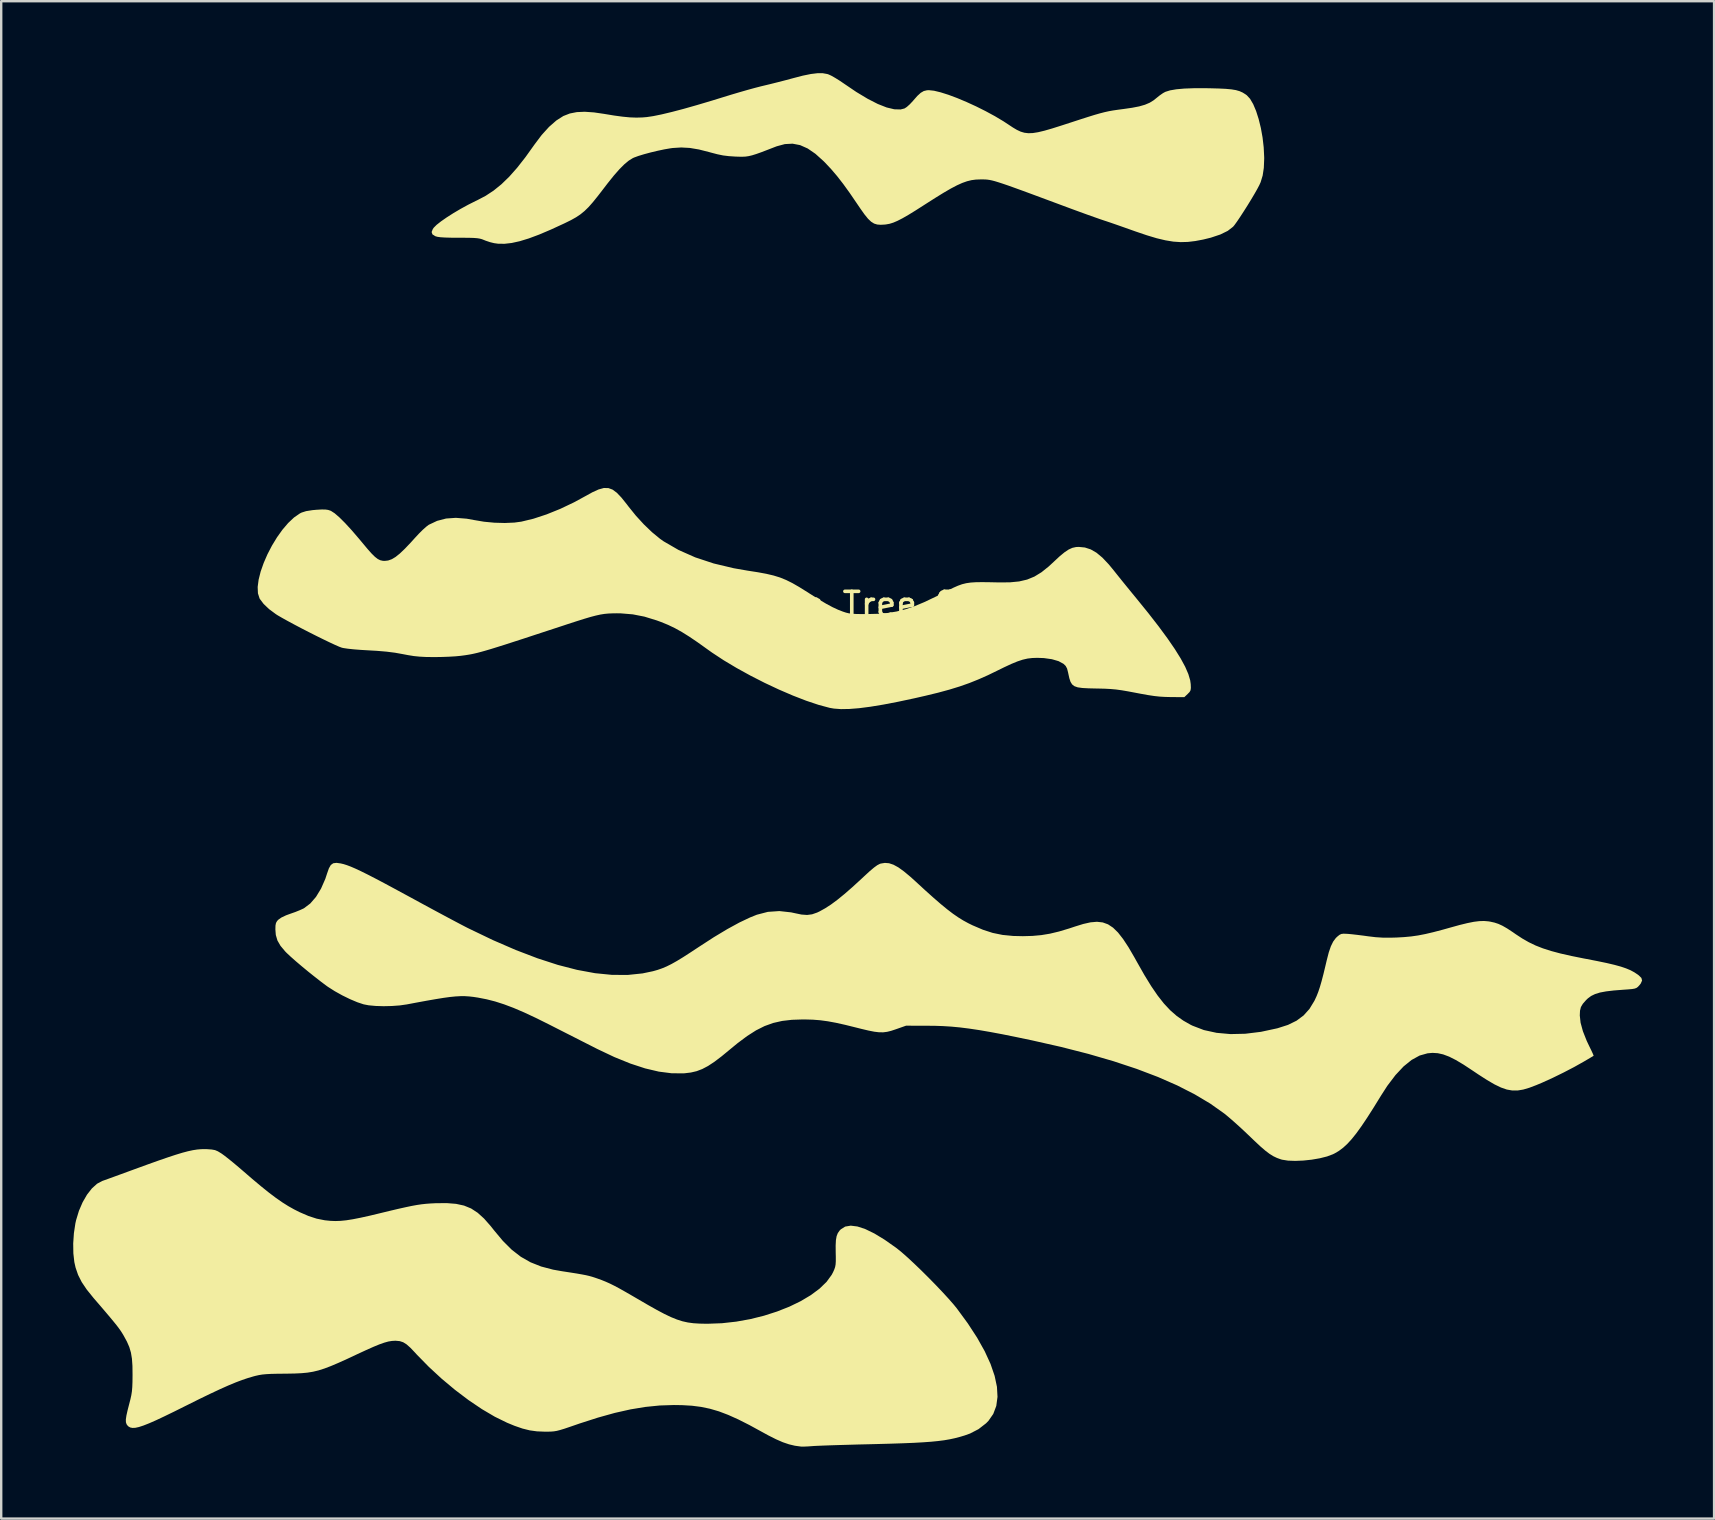
<source format=kicad_pcb>
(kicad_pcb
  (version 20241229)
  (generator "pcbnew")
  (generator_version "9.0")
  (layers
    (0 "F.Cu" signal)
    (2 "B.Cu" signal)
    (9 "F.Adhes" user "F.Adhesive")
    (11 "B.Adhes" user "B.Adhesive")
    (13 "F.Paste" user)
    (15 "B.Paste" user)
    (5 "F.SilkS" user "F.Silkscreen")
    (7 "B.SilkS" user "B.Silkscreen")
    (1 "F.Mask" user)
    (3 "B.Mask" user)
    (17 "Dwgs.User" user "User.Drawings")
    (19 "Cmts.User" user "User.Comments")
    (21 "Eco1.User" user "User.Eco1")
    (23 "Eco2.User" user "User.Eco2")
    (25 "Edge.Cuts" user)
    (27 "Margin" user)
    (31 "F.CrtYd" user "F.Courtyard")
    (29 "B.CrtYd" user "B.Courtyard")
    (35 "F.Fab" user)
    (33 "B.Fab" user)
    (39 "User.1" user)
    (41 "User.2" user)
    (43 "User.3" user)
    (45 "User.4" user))
  (footprint "Xmas_Tree_Snow"
    (layer "F.Cu")
    (at 33.508 22.631)
    (property "Reference" "Xmas_Tree_Snow" (at 0 -0.5 0) (unlocked yes) (layer "F.SilkS") (effects (font (size 1 1) (thickness 0.15))))
    (attr board_only exclude_from_pos_files exclude_from_bom allow_missing_courtyard)
    (fp_poly (pts (xy -11.215 -5.348) (xy -11.039 -5.284) (xy -10.861 -5.153) (xy -10.67 -4.953) (xy -10.45 -4.679) (xy -10.376 -4.581) (xy -10.066 -4.197) (xy -9.732 -3.833) (xy -9.392 -3.507) (xy -9.063 -3.236) (xy -8.908 -3.127) (xy -8.284 -2.766) (xy -7.59 -2.459) (xy -6.824 -2.206) (xy -5.987 -2.007) (xy -5.408 -1.906) (xy -4.984 -1.84) (xy -4.632 -1.775) (xy -4.33 -1.704) (xy -4.061 -1.621) (xy -3.805 -1.517) (xy -3.544 -1.387) (xy -3.259 -1.223) (xy -2.929 -1.017) (xy -2.802 -0.936) (xy -2.44 -0.707) (xy -2.135 -0.526) (xy -1.872 -0.385) (xy -1.637 -0.276) (xy -1.436 -0.198) (xy -1.314 -0.158) (xy -1.198 -0.13) (xy -1.067 -0.112) (xy -0.904 -0.102) (xy -0.688 -0.098) (xy -0.426 -0.098) (xy 0.013 -0.109) (xy 0.412 -0.142) (xy 0.788 -0.203) (xy 1.157 -0.295) (xy 1.537 -0.424) (xy 1.946 -0.594) (xy 2.4 -0.81) (xy 2.665 -0.944) (xy 2.934 -1.083) (xy 3.157 -1.193) (xy 3.349 -1.278) (xy 3.524 -1.341) (xy 3.698 -1.384) (xy 3.887 -1.411) (xy 4.105 -1.425) (xy 4.367 -1.428) (xy 4.689 -1.424) (xy 5.071 -1.416) (xy 5.519 -1.42) (xy 5.901 -1.457) (xy 6.234 -1.535) (xy 6.538 -1.66) (xy 6.832 -1.84) (xy 7.134 -2.082) (xy 7.337 -2.27) (xy 7.584 -2.5) (xy 7.788 -2.669) (xy 7.961 -2.785) (xy 8.117 -2.856) (xy 8.27 -2.89) (xy 8.384 -2.896) (xy 8.641 -2.871) (xy 8.884 -2.792) (xy 9.125 -2.653) (xy 9.373 -2.446) (xy 9.637 -2.166) (xy 9.829 -1.933) (xy 9.985 -1.737) (xy 10.18 -1.494) (xy 10.397 -1.227) (xy 10.617 -0.957) (xy 10.788 -0.749) (xy 11.283 -0.138) (xy 11.713 0.415) (xy 12.08 0.913) (xy 12.386 1.358) (xy 12.632 1.753) (xy 12.82 2.1) (xy 12.951 2.403) (xy 13.028 2.664) (xy 13.05 2.822) (xy 13.056 2.978) (xy 13.043 3.076) (xy 13.002 3.15) (xy 12.925 3.229) (xy 12.783 3.364) (xy 12.214 3.36) (xy 11.978 3.354) (xy 11.757 3.341) (xy 11.528 3.316) (xy 11.27 3.277) (xy 10.958 3.221) (xy 10.77 3.185) (xy 10.441 3.123) (xy 10.173 3.077) (xy 9.941 3.045) (xy 9.72 3.025) (xy 9.483 3.012) (xy 9.205 3.005) (xy 9.128 3.004) (xy 8.792 2.996) (xy 8.534 2.982) (xy 8.342 2.955) (xy 8.204 2.907) (xy 8.108 2.832) (xy 8.041 2.723) (xy 7.992 2.574) (xy 7.949 2.378) (xy 7.942 2.343) (xy 7.899 2.174) (xy 7.84 2.063) (xy 7.747 1.974) (xy 7.542 1.863) (xy 7.266 1.783) (xy 6.932 1.736) (xy 6.657 1.726) (xy 6.448 1.733) (xy 6.251 1.756) (xy 6.051 1.802) (xy 5.833 1.874) (xy 5.58 1.978) (xy 5.277 2.119) (xy 5.016 2.247) (xy 4.603 2.448) (xy 4.211 2.622) (xy 3.825 2.777) (xy 3.427 2.917) (xy 3.001 3.048) (xy 2.531 3.176) (xy 2.001 3.305) (xy 1.55 3.408) (xy 0.856 3.556) (xy 0.242 3.674) (xy -0.298 3.763) (xy -0.768 3.824) (xy -1.174 3.856) (xy -1.521 3.862) (xy -1.814 3.84) (xy -1.99 3.81) (xy -2.452 3.686) (xy -2.969 3.513) (xy -3.526 3.297) (xy -4.109 3.046) (xy -4.703 2.767) (xy -5.293 2.466) (xy -5.865 2.151) (xy -6.404 1.829) (xy -6.895 1.506) (xy -7.09 1.367) (xy -7.49 1.081) (xy -7.838 0.845) (xy -8.148 0.651) (xy -8.438 0.49) (xy -8.721 0.354) (xy -9.014 0.234) (xy -9.2 0.166) (xy -9.71 0.009) (xy -10.195 -0.086) (xy -10.687 -0.127) (xy -10.86 -0.13) (xy -11.047 -0.127) (xy -11.216 -0.12) (xy -11.379 -0.104) (xy -11.548 -0.077) (xy -11.736 -0.035) (xy -11.954 0.022) (xy -12.216 0.1) (xy -12.534 0.2) (xy -12.92 0.325) (xy -13.081 0.379) (xy -13.716 0.587) (xy -14.271 0.769) (xy -14.754 0.928) (xy -15.172 1.063) (xy -15.53 1.179) (xy -15.836 1.275) (xy -16.096 1.356) (xy -16.317 1.421) (xy -16.504 1.474) (xy -16.666 1.517) (xy -16.807 1.55) (xy -16.935 1.577) (xy -17.057 1.598) (xy -17.178 1.617) (xy -17.305 1.634) (xy -17.367 1.642) (xy -17.572 1.662) (xy -17.837 1.678) (xy -18.129 1.689) (xy -18.42 1.694) (xy -18.489 1.694) (xy -18.81 1.69) (xy -19.075 1.676) (xy -19.315 1.652) (xy -19.563 1.612) (xy -19.766 1.573) (xy -20.1 1.513) (xy -20.455 1.468) (xy -20.854 1.434) (xy -21.202 1.414) (xy -21.523 1.395) (xy -21.816 1.372) (xy -22.062 1.346) (xy -22.245 1.319) (xy -22.313 1.304) (xy -22.423 1.264) (xy -22.599 1.187) (xy -22.827 1.081) (xy -23.096 0.951) (xy -23.39 0.806) (xy -23.699 0.65) (xy -24.008 0.491) (xy -24.304 0.335) (xy -24.575 0.189) (xy -24.807 0.06) (xy -24.988 -0.045) (xy -25.063 -0.093) (xy -25.347 -0.303) (xy -25.574 -0.519) (xy -25.73 -0.725) (xy -25.745 -0.751) (xy -25.812 -0.962) (xy -25.823 -1.227) (xy -25.783 -1.533) (xy -25.698 -1.87) (xy -25.573 -2.226) (xy -25.415 -2.589) (xy -25.228 -2.949) (xy -25.018 -3.294) (xy -24.792 -3.611) (xy -24.553 -3.891) (xy -24.309 -4.121) (xy -24.065 -4.29) (xy -23.994 -4.326) (xy -23.805 -4.386) (xy -23.537 -4.428) (xy -23.37 -4.443) (xy -23.153 -4.455) (xy -23 -4.453) (xy -22.888 -4.437) (xy -22.791 -4.405) (xy -22.765 -4.393) (xy -22.615 -4.296) (xy -22.419 -4.127) (xy -22.181 -3.89) (xy -21.903 -3.587) (xy -21.589 -3.221) (xy -21.458 -3.064) (xy -21.246 -2.81) (xy -21.076 -2.619) (xy -20.938 -2.483) (xy -20.822 -2.393) (xy -20.717 -2.341) (xy -20.611 -2.317) (xy -20.531 -2.313) (xy -20.388 -2.329) (xy -20.241 -2.381) (xy -20.081 -2.475) (xy -19.901 -2.619) (xy -19.691 -2.819) (xy -19.442 -3.081) (xy -19.274 -3.267) (xy -19.109 -3.445) (xy -18.946 -3.607) (xy -18.802 -3.736) (xy -18.697 -3.815) (xy -18.695 -3.817) (xy -18.347 -3.981) (xy -17.974 -4.078) (xy -17.568 -4.107) (xy -17.115 -4.071) (xy -16.8 -4.014) (xy -16.392 -3.945) (xy -15.959 -3.904) (xy -15.528 -3.892) (xy -15.13 -3.909) (xy -14.839 -3.948) (xy -14.334 -4.07) (xy -13.787 -4.25) (xy -13.215 -4.481) (xy -12.638 -4.756) (xy -12.188 -5.001) (xy -11.878 -5.172) (xy -11.621 -5.289) (xy -11.405 -5.349)) (stroke (width 0) (type solid)) (fill yes) (layer "F.SilkS"))
    (fp_poly (pts (xy -2.275 -22.63) (xy -2.087 -22.596) (xy -2.049 -22.584) (xy -1.929 -22.53) (xy -1.761 -22.435) (xy -1.569 -22.315) (xy -1.404 -22.203) (xy -0.883 -21.85) (xy -0.411 -21.566) (xy 0.011 -21.35) (xy 0.381 -21.204) (xy 0.699 -21.128) (xy 0.963 -21.121) (xy 1.125 -21.162) (xy 1.222 -21.225) (xy 1.347 -21.337) (xy 1.476 -21.475) (xy 1.492 -21.494) (xy 1.661 -21.686) (xy 1.801 -21.814) (xy 1.928 -21.888) (xy 2.061 -21.92) (xy 2.142 -21.924) (xy 2.356 -21.901) (xy 2.632 -21.834) (xy 2.958 -21.731) (xy 3.321 -21.595) (xy 3.709 -21.432) (xy 4.108 -21.249) (xy 4.506 -21.05) (xy 4.891 -20.841) (xy 5.248 -20.628) (xy 5.452 -20.494) (xy 5.641 -20.369) (xy 5.808 -20.27) (xy 5.964 -20.197) (xy 6.119 -20.151) (xy 6.285 -20.131) (xy 6.473 -20.138) (xy 6.692 -20.173) (xy 6.955 -20.236) (xy 7.271 -20.327) (xy 7.651 -20.447) (xy 8.055 -20.578) (xy 8.45 -20.707) (xy 8.775 -20.811) (xy 9.042 -20.894) (xy 9.266 -20.958) (xy 9.46 -21.008) (xy 9.64 -21.048) (xy 9.819 -21.08) (xy 10.011 -21.108) (xy 10.229 -21.137) (xy 10.232 -21.137) (xy 10.606 -21.191) (xy 10.905 -21.249) (xy 11.144 -21.318) (xy 11.34 -21.401) (xy 11.506 -21.504) (xy 11.609 -21.587) (xy 11.753 -21.703) (xy 11.894 -21.801) (xy 11.991 -21.854) (xy 12.188 -21.916) (xy 12.45 -21.961) (xy 12.782 -21.991) (xy 13.189 -22.006) (xy 13.677 -22.006) (xy 13.829 -22.004) (xy 14.205 -21.994) (xy 14.505 -21.98) (xy 14.743 -21.958) (xy 14.931 -21.927) (xy 15.084 -21.883) (xy 15.214 -21.825) (xy 15.335 -21.749) (xy 15.387 -21.711) (xy 15.522 -21.565) (xy 15.652 -21.343) (xy 15.773 -21.057) (xy 15.88 -20.721) (xy 15.972 -20.348) (xy 16.043 -19.951) (xy 16.09 -19.544) (xy 16.11 -19.139) (xy 16.111 -19.073) (xy 16.095 -18.688) (xy 16.047 -18.368) (xy 15.963 -18.091) (xy 15.906 -17.965) (xy 15.819 -17.801) (xy 15.701 -17.594) (xy 15.561 -17.359) (xy 15.409 -17.111) (xy 15.254 -16.867) (xy 15.107 -16.641) (xy 14.977 -16.449) (xy 14.874 -16.306) (xy 14.813 -16.233) (xy 14.591 -16.062) (xy 14.282 -15.911) (xy 13.887 -15.779) (xy 13.569 -15.701) (xy 13.24 -15.639) (xy 12.932 -15.602) (xy 12.63 -15.594) (xy 12.323 -15.615) (xy 11.995 -15.669) (xy 11.633 -15.755) (xy 11.223 -15.878) (xy 10.751 -16.038) (xy 10.568 -16.103) (xy 10.292 -16.201) (xy 10.002 -16.303) (xy 9.728 -16.398) (xy 9.499 -16.475) (xy 9.446 -16.492) (xy 9.274 -16.55) (xy 9.036 -16.634) (xy 8.751 -16.735) (xy 8.438 -16.849) (xy 8.115 -16.967) (xy 7.943 -17.031) (xy 7.354 -17.25) (xy 6.842 -17.44) (xy 6.401 -17.604) (xy 6.026 -17.742) (xy 5.708 -17.857) (xy 5.443 -17.952) (xy 5.223 -18.027) (xy 5.042 -18.086) (xy 4.894 -18.131) (xy 4.772 -18.163) (xy 4.67 -18.184) (xy 4.581 -18.197) (xy 4.498 -18.204) (xy 4.417 -18.206) (xy 4.329 -18.206) (xy 4.279 -18.206) (xy 4.094 -18.199) (xy 3.914 -18.175) (xy 3.731 -18.13) (xy 3.533 -18.06) (xy 3.311 -17.96) (xy 3.056 -17.826) (xy 2.758 -17.653) (xy 2.407 -17.436) (xy 1.994 -17.173) (xy 1.952 -17.146) (xy 1.589 -16.914) (xy 1.289 -16.729) (xy 1.041 -16.587) (xy 0.834 -16.481) (xy 0.659 -16.406) (xy 0.505 -16.358) (xy 0.361 -16.332) (xy 0.313 -16.326) (xy 0.136 -16.316) (xy -0.012 -16.327) (xy -0.142 -16.367) (xy -0.266 -16.445) (xy -0.395 -16.568) (xy -0.539 -16.745) (xy -0.71 -16.986) (xy -0.859 -17.205) (xy -1.16 -17.646) (xy -1.431 -18.021) (xy -1.685 -18.347) (xy -1.932 -18.636) (xy -2.185 -18.906) (xy -2.247 -18.968) (xy -2.587 -19.274) (xy -2.909 -19.495) (xy -3.224 -19.635) (xy -3.538 -19.695) (xy -3.859 -19.678) (xy -4.196 -19.587) (xy -4.241 -19.57) (xy -4.577 -19.44) (xy -4.843 -19.338) (xy -5.055 -19.263) (xy -5.225 -19.21) (xy -5.369 -19.176) (xy -5.5 -19.157) (xy -5.634 -19.151) (xy -5.783 -19.153) (xy -5.924 -19.158) (xy -6.195 -19.176) (xy -6.432 -19.205) (xy -6.674 -19.255) (xy -6.956 -19.329) (xy -7.001 -19.342) (xy -7.437 -19.453) (xy -7.822 -19.518) (xy -8.179 -19.537) (xy -8.53 -19.515) (xy -8.621 -19.503) (xy -8.877 -19.459) (xy -9.161 -19.399) (xy -9.45 -19.33) (xy -9.725 -19.256) (xy -9.963 -19.183) (xy -10.143 -19.117) (xy -10.195 -19.093) (xy -10.363 -18.989) (xy -10.545 -18.838) (xy -10.749 -18.634) (xy -10.982 -18.369) (xy -11.249 -18.036) (xy -11.399 -17.84) (xy -11.645 -17.521) (xy -11.852 -17.264) (xy -12.034 -17.057) (xy -12.204 -16.891) (xy -12.374 -16.752) (xy -12.558 -16.629) (xy -12.767 -16.512) (xy -13.016 -16.389) (xy -13.049 -16.373) (xy -13.605 -16.117) (xy -14.094 -15.909) (xy -14.525 -15.748) (xy -14.904 -15.632) (xy -15.24 -15.558) (xy -15.54 -15.524) (xy -15.811 -15.528) (xy -15.976 -15.551) (xy -16.144 -15.593) (xy -16.329 -15.655) (xy -16.395 -15.682) (xy -16.481 -15.716) (xy -16.571 -15.74) (xy -16.679 -15.757) (xy -16.823 -15.768) (xy -17.017 -15.774) (xy -17.278 -15.776) (xy -17.44 -15.776) (xy -17.768 -15.778) (xy -18.019 -15.785) (xy -18.204 -15.797) (xy -18.334 -15.815) (xy -18.422 -15.84) (xy -18.423 -15.841) (xy -18.542 -15.917) (xy -18.576 -16.014) (xy -18.526 -16.14) (xy -18.486 -16.196) (xy -18.369 -16.313) (xy -18.185 -16.458) (xy -17.948 -16.623) (xy -17.671 -16.8) (xy -17.369 -16.978) (xy -17.055 -17.15) (xy -16.743 -17.307) (xy -16.683 -17.335) (xy -16.329 -17.52) (xy -15.994 -17.74) (xy -15.669 -18.003) (xy -15.345 -18.317) (xy -15.014 -18.69) (xy -14.668 -19.131) (xy -14.299 -19.647) (xy -14.298 -19.649) (xy -13.992 -20.056) (xy -13.684 -20.395) (xy -13.38 -20.661) (xy -13.089 -20.847) (xy -13.077 -20.852) (xy -12.818 -20.953) (xy -12.529 -21.01) (xy -12.198 -21.025) (xy -11.811 -20.998) (xy -11.399 -20.938) (xy -10.975 -20.868) (xy -10.62 -20.82) (xy -10.317 -20.791) (xy -10.049 -20.781) (xy -9.796 -20.788) (xy -9.615 -20.803) (xy -9.345 -20.843) (xy -8.997 -20.914) (xy -8.574 -21.015) (xy -8.082 -21.144) (xy -7.526 -21.302) (xy -6.91 -21.485) (xy -6.446 -21.628) (xy -6.108 -21.732) (xy -5.758 -21.836) (xy -5.417 -21.934) (xy -5.108 -22.019) (xy -4.852 -22.085) (xy -4.764 -22.106) (xy -4.473 -22.176) (xy -4.138 -22.26) (xy -3.801 -22.347) (xy -3.512 -22.425) (xy -3.108 -22.53) (xy -2.774 -22.598) (xy -2.5 -22.631)) (stroke (width 0) (type solid)) (fill yes) (layer "F.SilkS"))
    (fp_poly (pts (xy -27.923 22.196) (xy -27.735 22.21) (xy -27.599 22.235) (xy -27.481 22.285) (xy -27.343 22.369) (xy -27.321 22.383) (xy -27.2 22.471) (xy -27.029 22.605) (xy -26.827 22.769) (xy -26.612 22.95) (xy -26.473 23.069) (xy -26.049 23.435) (xy -25.679 23.745) (xy -25.353 24.007) (xy -25.063 24.226) (xy -24.797 24.411) (xy -24.548 24.568) (xy -24.304 24.705) (xy -24.076 24.82) (xy -23.703 24.981) (xy -23.364 25.091) (xy -23.028 25.158) (xy -22.792 25.182) (xy -22.59 25.19) (xy -22.375 25.183) (xy -22.135 25.159) (xy -21.856 25.115) (xy -21.527 25.05) (xy -21.135 24.963) (xy -20.778 24.877) (xy -20.337 24.77) (xy -19.97 24.683) (xy -19.665 24.615) (xy -19.409 24.561) (xy -19.189 24.521) (xy -18.994 24.492) (xy -18.81 24.472) (xy -18.625 24.458) (xy -18.426 24.448) (xy -18.399 24.447) (xy -17.943 24.443) (xy -17.557 24.474) (xy -17.225 24.546) (xy -16.93 24.667) (xy -16.658 24.845) (xy -16.391 25.087) (xy -16.114 25.401) (xy -15.974 25.578) (xy -15.604 26.021) (xy -15.238 26.385) (xy -14.86 26.678) (xy -14.456 26.908) (xy -14.013 27.084) (xy -13.516 27.215) (xy -13.149 27.28) (xy -12.804 27.333) (xy -12.532 27.376) (xy -12.32 27.413) (xy -12.152 27.445) (xy -12.014 27.477) (xy -11.89 27.511) (xy -11.767 27.551) (xy -11.668 27.585) (xy -11.486 27.651) (xy -11.318 27.719) (xy -11.148 27.795) (xy -10.965 27.886) (xy -10.753 27.999) (xy -10.499 28.142) (xy -10.189 28.321) (xy -9.997 28.433) (xy -9.564 28.685) (xy -9.196 28.892) (xy -8.88 29.06) (xy -8.604 29.192) (xy -8.356 29.292) (xy -8.126 29.366) (xy -7.901 29.416) (xy -7.67 29.447) (xy -7.419 29.463) (xy -7.139 29.469) (xy -7.068 29.469) (xy -6.478 29.447) (xy -5.885 29.381) (xy -5.299 29.276) (xy -4.729 29.134) (xy -4.183 28.959) (xy -3.669 28.756) (xy -3.198 28.527) (xy -2.778 28.277) (xy -2.417 28.009) (xy -2.124 27.726) (xy -1.91 27.433) (xy -1.851 27.322) (xy -1.799 27.205) (xy -1.765 27.105) (xy -1.745 26.998) (xy -1.737 26.861) (xy -1.737 26.672) (xy -1.741 26.504) (xy -1.743 26.209) (xy -1.732 25.987) (xy -1.703 25.82) (xy -1.653 25.692) (xy -1.578 25.586) (xy -1.528 25.535) (xy -1.346 25.421) (xy -1.114 25.382) (xy -0.834 25.417) (xy -0.505 25.526) (xy -0.129 25.709) (xy 0.294 25.966) (xy 0.764 26.296) (xy 0.808 26.329) (xy 1.003 26.487) (xy 1.245 26.7) (xy 1.521 26.956) (xy 1.818 27.241) (xy 2.123 27.544) (xy 2.425 27.852) (xy 2.71 28.152) (xy 2.966 28.431) (xy 3.181 28.677) (xy 3.306 28.831) (xy 3.764 29.456) (xy 4.151 30.05) (xy 4.467 30.614) (xy 4.71 31.144) (xy 4.88 31.639) (xy 4.977 32.097) (xy 5 32.515) (xy 4.949 32.893) (xy 4.823 33.227) (xy 4.621 33.517) (xy 4.522 33.617) (xy 4.209 33.86) (xy 3.857 34.042) (xy 3.635 34.122) (xy 3.431 34.183) (xy 3.227 34.236) (xy 3.014 34.282) (xy 2.783 34.322) (xy 2.526 34.355) (xy 2.235 34.384) (xy 1.901 34.408) (xy 1.515 34.43) (xy 1.069 34.448) (xy 0.555 34.465) (xy -0.036 34.481) (xy -0.359 34.489) (xy -0.789 34.499) (xy -1.204 34.511) (xy -1.592 34.522) (xy -1.942 34.533) (xy -2.243 34.544) (xy -2.484 34.554) (xy -2.653 34.562) (xy -2.715 34.567) (xy -2.901 34.58) (xy -3.064 34.587) (xy -3.174 34.587) (xy -3.186 34.586) (xy -3.441 34.551) (xy -3.688 34.492) (xy -3.944 34.405) (xy -4.226 34.282) (xy -4.552 34.118) (xy -4.824 33.969) (xy -5.342 33.686) (xy -5.803 33.453) (xy -6.22 33.266) (xy -6.608 33.119) (xy -6.979 33.01) (xy -7.35 32.933) (xy -7.732 32.884) (xy -8.141 32.86) (xy -8.482 32.855) (xy -9.07 32.874) (xy -9.667 32.934) (xy -10.287 33.036) (xy -10.942 33.183) (xy -11.642 33.378) (xy -12.402 33.622) (xy -12.529 33.666) (xy -12.822 33.767) (xy -13.047 33.843) (xy -13.222 33.896) (xy -13.362 33.932) (xy -13.484 33.952) (xy -13.607 33.962) (xy -13.745 33.965) (xy -13.867 33.965) (xy -14.187 33.952) (xy -14.486 33.911) (xy -14.791 33.835) (xy -15.124 33.72) (xy -15.434 33.592) (xy -15.942 33.343) (xy -16.482 33.025) (xy -17.04 32.648) (xy -17.602 32.223) (xy -18.157 31.759) (xy -18.691 31.266) (xy -19.192 30.755) (xy -19.267 30.672) (xy -19.46 30.469) (xy -19.619 30.328) (xy -19.76 30.24) (xy -19.903 30.193) (xy -20.063 30.178) (xy -20.094 30.177) (xy -20.231 30.185) (xy -20.378 30.209) (xy -20.547 30.256) (xy -20.749 30.327) (xy -20.997 30.429) (xy -21.3 30.564) (xy -21.666 30.733) (xy -22.096 30.935) (xy -22.46 31.099) (xy -22.77 31.231) (xy -23.041 31.334) (xy -23.286 31.412) (xy -23.518 31.468) (xy -23.752 31.506) (xy -24 31.529) (xy -24.277 31.542) (xy -24.595 31.548) (xy -24.682 31.549) (xy -25.009 31.552) (xy -25.264 31.558) (xy -25.464 31.569) (xy -25.626 31.584) (xy -25.767 31.607) (xy -25.906 31.638) (xy -25.983 31.658) (xy -26.222 31.728) (xy -26.473 31.812) (xy -26.746 31.916) (xy -27.051 32.043) (xy -27.396 32.197) (xy -27.791 32.382) (xy -28.245 32.602) (xy -28.767 32.862) (xy -28.814 32.885) (xy -29.299 33.127) (xy -29.711 33.327) (xy -30.057 33.49) (xy -30.344 33.616) (xy -30.58 33.709) (xy -30.769 33.771) (xy -30.919 33.804) (xy -31.037 33.809) (xy -31.13 33.791) (xy -31.203 33.75) (xy -31.234 33.723) (xy -31.285 33.655) (xy -31.312 33.57) (xy -31.315 33.454) (xy -31.291 33.291) (xy -31.241 33.069) (xy -31.182 32.839) (xy -31.127 32.626) (xy -31.088 32.45) (xy -31.062 32.285) (xy -31.047 32.108) (xy -31.039 31.892) (xy -31.036 31.613) (xy -31.036 31.591) (xy -31.04 31.225) (xy -31.061 30.925) (xy -31.103 30.671) (xy -31.171 30.44) (xy -31.271 30.211) (xy -31.408 29.96) (xy -31.42 29.939) (xy -31.477 29.845) (xy -31.539 29.751) (xy -31.612 29.649) (xy -31.703 29.529) (xy -31.82 29.385) (xy -31.968 29.206) (xy -32.154 28.986) (xy -32.386 28.714) (xy -32.671 28.384) (xy -32.672 28.382) (xy -32.945 28.043) (xy -33.153 27.734) (xy -33.304 27.436) (xy -33.409 27.131) (xy -33.461 26.9) (xy -33.502 26.535) (xy -33.508 26.122) (xy -33.479 25.695) (xy -33.417 25.285) (xy -33.387 25.151) (xy -33.269 24.763) (xy -33.115 24.406) (xy -32.933 24.091) (xy -32.729 23.83) (xy -32.514 23.636) (xy -32.302 23.522) (xy -32.209 23.489) (xy -32.045 23.43) (xy -31.823 23.349) (xy -31.557 23.252) (xy -31.259 23.143) (xy -30.942 23.027) (xy -30.939 23.026) (xy -30.412 22.834) (xy -29.959 22.672) (xy -29.573 22.539) (xy -29.246 22.431) (xy -28.967 22.346) (xy -28.73 22.283) (xy -28.524 22.238) (xy -28.343 22.21) (xy -28.177 22.196) (xy -28.018 22.193)) (stroke (width 0) (type solid)) (fill yes) (layer "F.SilkS"))
    (fp_poly (pts (xy -22.36 10.292) (xy -22.238 10.321) (xy -22.1 10.365) (xy -21.939 10.426) (xy -21.749 10.508) (xy -21.523 10.614) (xy -21.254 10.747) (xy -20.935 10.911) (xy -20.561 11.108) (xy -20.124 11.343) (xy -19.618 11.617) (xy -19.431 11.718) (xy -19.035 11.934) (xy -18.642 12.147) (xy -18.263 12.351) (xy -17.91 12.54) (xy -17.594 12.708) (xy -17.327 12.849) (xy -17.121 12.956) (xy -17.029 13.002) (xy -16.021 13.486) (xy -15.067 13.899) (xy -14.166 14.243) (xy -13.317 14.519) (xy -12.518 14.725) (xy -11.767 14.864) (xy -11.062 14.934) (xy -10.404 14.937) (xy -9.788 14.873) (xy -9.355 14.782) (xy -9.158 14.726) (xy -8.972 14.661) (xy -8.784 14.582) (xy -8.583 14.482) (xy -8.357 14.355) (xy -8.093 14.194) (xy -7.78 13.992) (xy -7.437 13.766) (xy -6.817 13.364) (xy -6.256 13.027) (xy -5.754 12.753) (xy -5.31 12.542) (xy -5.026 12.428) (xy -4.567 12.309) (xy -4.089 12.276) (xy -3.599 12.33) (xy -3.456 12.361) (xy -3.168 12.421) (xy -2.933 12.438) (xy -2.725 12.411) (xy -2.515 12.338) (xy -2.412 12.289) (xy -2.181 12.161) (xy -1.938 12.004) (xy -1.675 11.809) (xy -1.381 11.57) (xy -1.049 11.281) (xy -0.669 10.933) (xy -0.549 10.821) (xy -0.323 10.613) (xy -0.146 10.464) (xy -0.01 10.365) (xy 0.098 10.309) (xy 0.136 10.297) (xy 0.308 10.269) (xy 0.481 10.283) (xy 0.665 10.344) (xy 0.87 10.456) (xy 1.105 10.626) (xy 1.381 10.856) (xy 1.592 11.047) (xy 1.992 11.415) (xy 2.338 11.725) (xy 2.639 11.986) (xy 2.904 12.203) (xy 3.142 12.385) (xy 3.362 12.537) (xy 3.572 12.667) (xy 3.783 12.782) (xy 3.96 12.869) (xy 4.393 13.054) (xy 4.8 13.186) (xy 5.211 13.27) (xy 5.654 13.313) (xy 6.058 13.322) (xy 6.455 13.311) (xy 6.822 13.278) (xy 7.184 13.218) (xy 7.564 13.127) (xy 7.987 13) (xy 8.228 12.92) (xy 8.574 12.813) (xy 8.877 12.745) (xy 9.144 12.722) (xy 9.384 12.749) (xy 9.605 12.829) (xy 9.814 12.968) (xy 10.021 13.17) (xy 10.232 13.44) (xy 10.457 13.782) (xy 10.702 14.202) (xy 10.814 14.403) (xy 11.12 14.942) (xy 11.403 15.403) (xy 11.672 15.796) (xy 11.933 16.128) (xy 12.194 16.407) (xy 12.462 16.642) (xy 12.743 16.841) (xy 13.044 17.012) (xy 13.123 17.051) (xy 13.598 17.233) (xy 14.128 17.349) (xy 14.706 17.401) (xy 15.324 17.387) (xy 15.975 17.307) (xy 16.653 17.161) (xy 16.672 17.156) (xy 17.102 17.018) (xy 17.459 16.843) (xy 17.753 16.624) (xy 17.997 16.352) (xy 18.201 16.017) (xy 18.222 15.974) (xy 18.296 15.814) (xy 18.364 15.641) (xy 18.431 15.441) (xy 18.501 15.2) (xy 18.578 14.906) (xy 18.665 14.544) (xy 18.714 14.336) (xy 18.8 14.002) (xy 18.888 13.744) (xy 18.984 13.548) (xy 19.094 13.4) (xy 19.152 13.344) (xy 19.244 13.269) (xy 19.323 13.23) (xy 19.422 13.218) (xy 19.573 13.225) (xy 19.607 13.227) (xy 19.774 13.243) (xy 19.999 13.269) (xy 20.248 13.3) (xy 20.441 13.327) (xy 20.752 13.364) (xy 21.048 13.383) (xy 21.369 13.385) (xy 21.63 13.378) (xy 21.943 13.36) (xy 22.233 13.333) (xy 22.521 13.292) (xy 22.824 13.233) (xy 23.161 13.154) (xy 23.552 13.051) (xy 23.852 12.967) (xy 24.249 12.857) (xy 24.576 12.777) (xy 24.845 12.723) (xy 25.072 12.695) (xy 25.269 12.689) (xy 25.449 12.704) (xy 25.525 12.716) (xy 25.705 12.756) (xy 25.869 12.81) (xy 26.038 12.888) (xy 26.23 12.998) (xy 26.463 13.151) (xy 26.598 13.245) (xy 26.867 13.421) (xy 27.135 13.574) (xy 27.415 13.709) (xy 27.721 13.829) (xy 28.064 13.939) (xy 28.457 14.044) (xy 28.913 14.147) (xy 29.444 14.254) (xy 29.526 14.269) (xy 29.993 14.36) (xy 30.383 14.441) (xy 30.705 14.517) (xy 30.97 14.59) (xy 31.188 14.664) (xy 31.372 14.741) (xy 31.531 14.827) (xy 31.675 14.923) (xy 31.716 14.954) (xy 31.826 15.063) (xy 31.854 15.17) (xy 31.8 15.293) (xy 31.735 15.375) (xy 31.677 15.436) (xy 31.621 15.477) (xy 31.548 15.505) (xy 31.439 15.524) (xy 31.275 15.539) (xy 31.073 15.553) (xy 30.676 15.584) (xy 30.356 15.622) (xy 30.1 15.67) (xy 29.896 15.733) (xy 29.732 15.813) (xy 29.595 15.914) (xy 29.521 15.985) (xy 29.385 16.14) (xy 29.305 16.276) (xy 29.268 16.427) (xy 29.259 16.625) (xy 29.292 16.927) (xy 29.389 17.282) (xy 29.548 17.684) (xy 29.666 17.932) (xy 29.745 18.093) (xy 29.803 18.219) (xy 29.833 18.294) (xy 29.834 18.306) (xy 29.792 18.332) (xy 29.689 18.393) (xy 29.543 18.479) (xy 29.422 18.55) (xy 29.023 18.774) (xy 28.579 19.005) (xy 28.124 19.228) (xy 27.688 19.426) (xy 27.442 19.529) (xy 27.157 19.637) (xy 26.904 19.712) (xy 26.67 19.751) (xy 26.446 19.751) (xy 26.217 19.711) (xy 25.973 19.626) (xy 25.701 19.494) (xy 25.391 19.313) (xy 25.029 19.08) (xy 24.794 18.922) (xy 24.418 18.674) (xy 24.096 18.482) (xy 23.817 18.341) (xy 23.569 18.248) (xy 23.341 18.197) (xy 23.121 18.184) (xy 22.916 18.202) (xy 22.586 18.295) (xy 22.252 18.478) (xy 21.917 18.749) (xy 21.58 19.109) (xy 21.241 19.556) (xy 20.98 19.961) (xy 20.675 20.455) (xy 20.406 20.877) (xy 20.168 21.232) (xy 19.954 21.529) (xy 19.758 21.774) (xy 19.576 21.973) (xy 19.401 22.134) (xy 19.228 22.264) (xy 19.051 22.369) (xy 18.975 22.407) (xy 18.73 22.499) (xy 18.428 22.575) (xy 18.091 22.633) (xy 17.743 22.67) (xy 17.406 22.684) (xy 17.103 22.673) (xy 16.856 22.634) (xy 16.806 22.62) (xy 16.643 22.561) (xy 16.488 22.487) (xy 16.33 22.388) (xy 16.156 22.256) (xy 15.953 22.081) (xy 15.71 21.854) (xy 15.543 21.694) (xy 15.307 21.469) (xy 15.061 21.241) (xy 14.823 21.028) (xy 14.611 20.845) (xy 14.444 20.708) (xy 14.442 20.707) (xy 13.866 20.299) (xy 13.215 19.911) (xy 12.488 19.54) (xy 11.683 19.187) (xy 10.799 18.851) (xy 9.832 18.531) (xy 8.783 18.226) (xy 7.648 17.936) (xy 6.44 17.663) (xy 5.785 17.526) (xy 5.207 17.409) (xy 4.693 17.313) (xy 4.235 17.234) (xy 3.82 17.172) (xy 3.439 17.124) (xy 3.08 17.09) (xy 2.733 17.068) (xy 2.387 17.056) (xy 2.132 17.054) (xy 1.189 17.051) (xy 0.763 17.201) (xy 0.573 17.264) (xy 0.405 17.306) (xy 0.242 17.327) (xy 0.068 17.326) (xy -0.132 17.302) (xy -0.376 17.254) (xy -0.68 17.182) (xy -0.906 17.125) (xy -1.354 17.014) (xy -1.737 16.929) (xy -2.074 16.867) (xy -2.384 16.825) (xy -2.686 16.801) (xy -3.001 16.792) (xy -3.119 16.791) (xy -3.568 16.806) (xy -3.972 16.853) (xy -4.346 16.938) (xy -4.704 17.067) (xy -5.06 17.246) (xy -5.43 17.482) (xy -5.828 17.779) (xy -6.148 18.042) (xy -6.495 18.328) (xy -6.794 18.555) (xy -7.058 18.729) (xy -7.301 18.857) (xy -7.535 18.946) (xy -7.774 19.002) (xy -8.03 19.033) (xy -8.084 19.037) (xy -8.578 19.033) (xy -9.11 18.965) (xy -9.682 18.83) (xy -10.298 18.628) (xy -10.963 18.358) (xy -11.679 18.019) (xy -11.735 17.99) (xy -11.969 17.871) (xy -12.264 17.722) (xy -12.601 17.55) (xy -12.962 17.367) (xy -13.328 17.181) (xy -13.68 17.002) (xy -13.687 16.998) (xy -14.237 16.725) (xy -14.723 16.498) (xy -15.16 16.311) (xy -15.558 16.161) (xy -15.929 16.042) (xy -16.286 15.951) (xy -16.641 15.882) (xy -16.646 15.881) (xy -16.836 15.852) (xy -17.013 15.832) (xy -17.189 15.821) (xy -17.373 15.821) (xy -17.576 15.832) (xy -17.808 15.855) (xy -18.079 15.892) (xy -18.4 15.944) (xy -18.78 16.01) (xy -19.231 16.093) (xy -19.611 16.165) (xy -19.904 16.207) (xy -20.235 16.231) (xy -20.578 16.239) (xy -20.908 16.229) (xy -21.198 16.202) (xy -21.406 16.162) (xy -21.669 16.075) (xy -21.975 15.946) (xy -22.298 15.788) (xy -22.612 15.613) (xy -22.89 15.436) (xy -22.939 15.402) (xy -23.175 15.226) (xy -23.437 15.022) (xy -23.711 14.803) (xy -23.981 14.58) (xy -24.232 14.367) (xy -24.448 14.176) (xy -24.615 14.02) (xy -24.673 13.961) (xy -24.871 13.725) (xy -24.999 13.503) (xy -25.067 13.273) (xy -25.085 13.042) (xy -25.081 12.878) (xy -25.06 12.772) (xy -25.014 12.691) (xy -24.962 12.635) (xy -24.836 12.546) (xy -24.641 12.453) (xy -24.457 12.386) (xy -24.258 12.316) (xy -24.067 12.239) (xy -23.918 12.171) (xy -23.891 12.156) (xy -23.631 11.96) (xy -23.393 11.685) (xy -23.183 11.34) (xy -23.005 10.935) (xy -22.931 10.71) (xy -22.855 10.494) (xy -22.775 10.356) (xy -22.675 10.284) (xy -22.538 10.267)) (stroke (width 0) (type solid)) (fill yes) (layer "F.SilkS")))
  (gr_rect
    (start -3 -3)
    (end 68.362 60.218)
    (stroke (width 0.1) (type default))
    (fill no)
    (layer "Edge.Cuts")))
</source>
